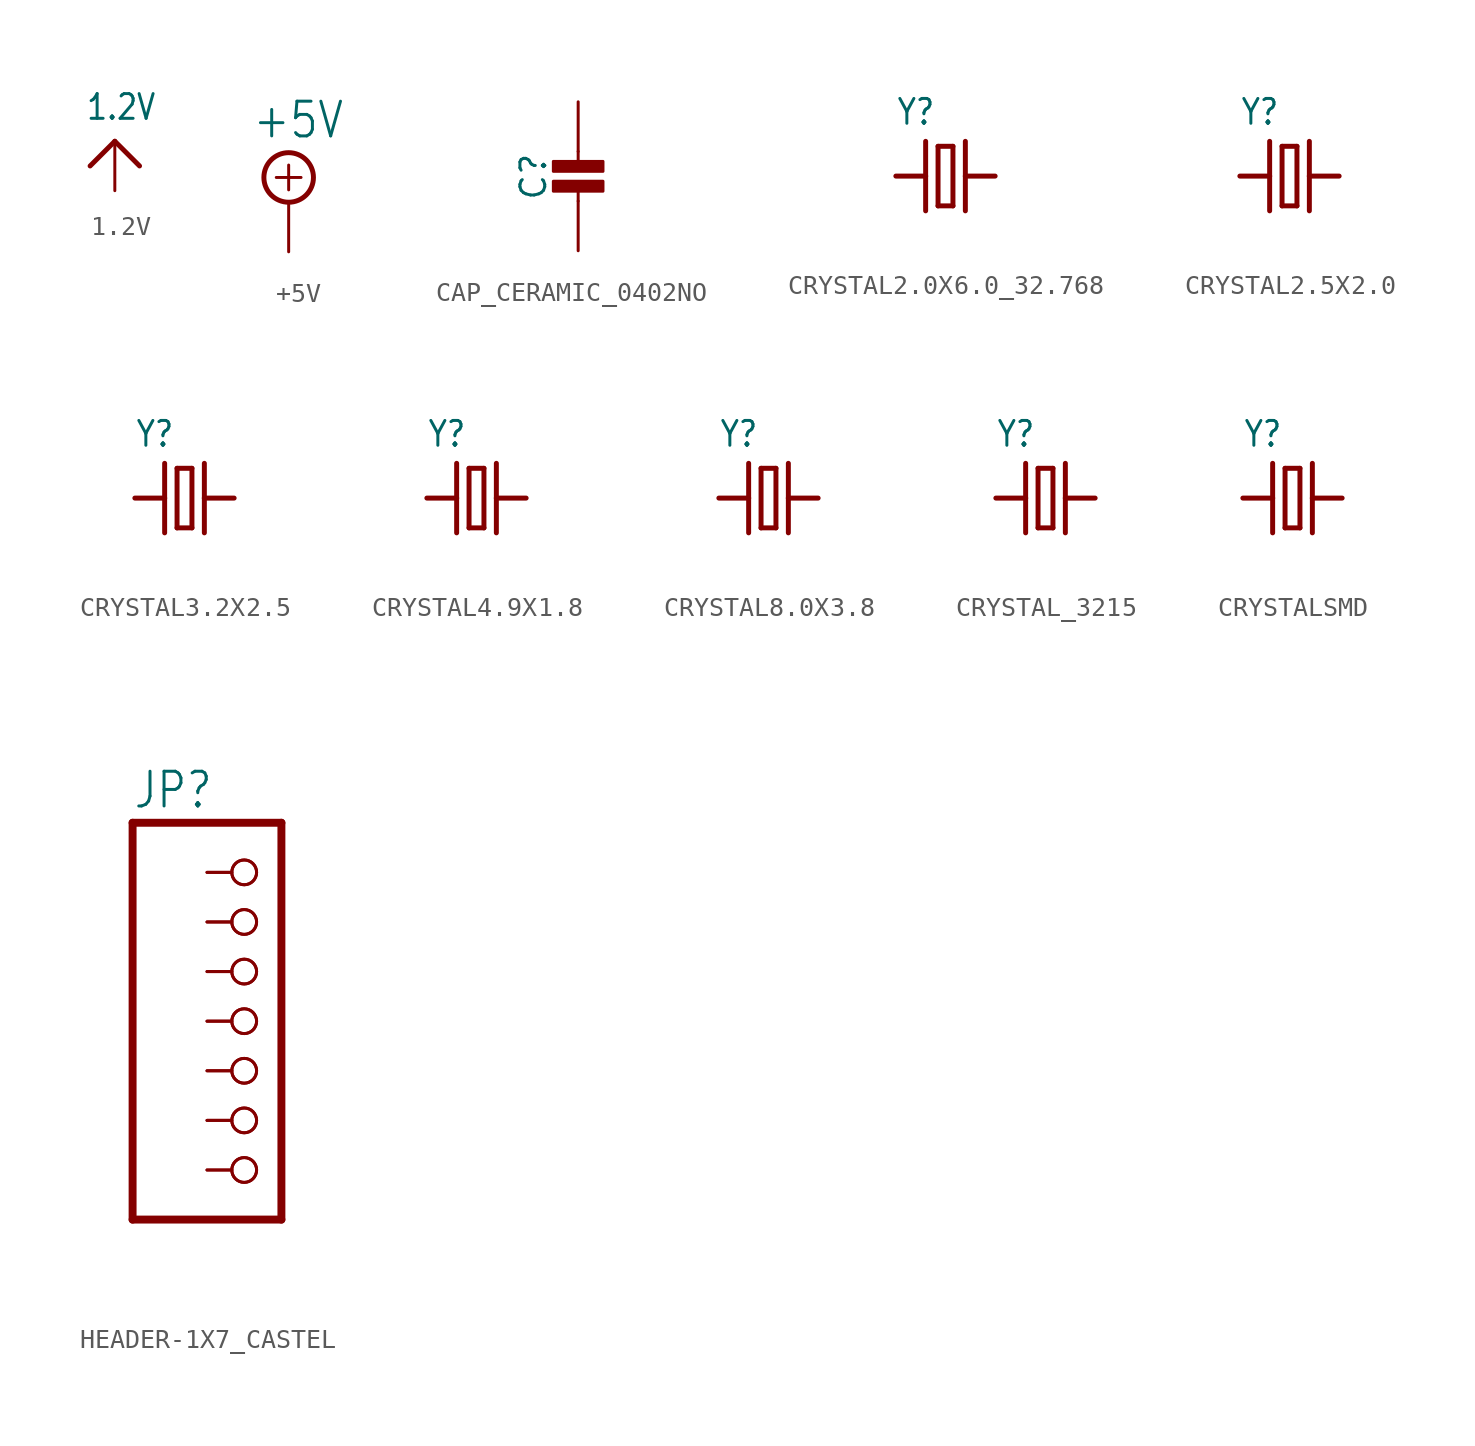
<source format=kicad_sym>
(kicad_symbol_lib
  (version 20220914)
  (generator kicad_symbol_editor)
  (symbol "1.2V"
    (power)
    (property "Reference" ""
      (at 0 0 0)
      (effects (font (size 1.27 1.27)) hide))
    (property "Value" "1.2V"
      (at -1.524 1.016 0)
      (effects (font (size 1.27 1.079)) (justify left bottom)))
    (property "ki_locked" ""
      (at 0 0 0)
      (effects (font (size 1.27 1.27))))
    (symbol "1.2V_1_0"
      (polyline (pts (xy -1.27 -1.27) (xy 0 0)) (stroke (width 0.254) (type solid)) (fill (type none)))
      (polyline (pts (xy 0 0) (xy 1.27 -1.27)) (stroke (width 0.254) (type solid)) (fill (type none)))
      (pin power_in line (at 0 -2.54 90) (length 2.54) (name "1.2V" (effects (font (size 0 0)))) (number "1" (effects (font (size 0 0)))))))
  (symbol "+5V"
    (power)
    (property "Reference" "#SUPPLY"
      (at 0 0 0)
      (effects (font (size 1.27 1.27)) hide))
    (property "Value" "+5V"
      (at -1.905 3.175 0)
      (effects (font (size 1.778 1.511)) (justify left bottom)))
    (property "ki_locked" ""
      (at 0 0 0)
      (effects (font (size 1.27 1.27))))
    (symbol "+5V_1_0"
      (polyline (pts (xy -0.635 1.27) (xy 0.635 1.27)) (stroke (width 0.152) (type solid)) (fill (type none)))
      (polyline (pts (xy 0 0.635) (xy 0 1.905)) (stroke (width 0.152) (type solid)) (fill (type none)))
      (circle (center 0 1.27) (radius 1.27) (stroke (width 0.254) (type solid)) (fill (type none)))
      (pin power_in line (at 0 -2.54 90) (length 2.54) (name "+5V" (effects (font (size 0 0)))) (number "1" (effects (font (size 0 0)))))))
  (symbol "CAP_CERAMIC_0402NO"
    (property "Reference" "C"
      (at -2.29 1.25 90)
      (effects (font (size 1.27 1.27))))
    (property "Value" ""
      (at 2.3 1.25 90)
      (effects (font (size 1.27 1.27))))
    (property "ki_locked" ""
      (at 0 0 0)
      (effects (font (size 1.27 1.27))))
    (symbol "CAP_CERAMIC_0402NO_1_0"
      (rectangle (start -1.27 0.508) (end 1.27 1.016) (stroke (width 0) (type default)) (fill (type outline)))
      (rectangle (start -1.27 1.524) (end 1.27 2.032) (stroke (width 0) (type default)) (fill (type outline)))
      (polyline (pts (xy 0 0.762) (xy 0 0)) (stroke (width 0.152) (type solid)) (fill (type none)))
      (polyline (pts (xy 0 2.54) (xy 0 1.778)) (stroke (width 0.152) (type solid)) (fill (type none)))
      (pin passive line (at 0 5.08 270) (length 2.54) (name "1" (effects (font (size 0 0)))) (number "1" (effects (font (size 0 0)))))
      (pin passive line (at 0 -2.54 90) (length 2.54) (name "2" (effects (font (size 0 0)))) (number "2" (effects (font (size 0 0)))))))
  (symbol "CRYSTAL2.0X6.0_32.768"
    (property "Reference" "Y"
      (at -2.54 2.54 0)
      (effects (font (size 1.27 1.079)) (justify left bottom)))
    (property "Value" ""
      (at -2.54 -3.81 0)
      (effects (font (size 1.27 1.079)) (justify left bottom)))
    (property "ki_locked" ""
      (at 0 0 0)
      (effects (font (size 1.27 1.27))))
    (symbol "CRYSTAL2.0X6.0_32.768_1_0"
      (polyline (pts (xy -2.54 0) (xy -1.016 0)) (stroke (width 0.254) (type solid)) (fill (type none)))
      (polyline (pts (xy -1.016 0) (xy -1.016 -1.778)) (stroke (width 0.254) (type solid)) (fill (type none)))
      (polyline (pts (xy -1.016 1.778) (xy -1.016 0)) (stroke (width 0.254) (type solid)) (fill (type none)))
      (polyline (pts (xy -0.381 -1.524) (xy 0.381 -1.524)) (stroke (width 0.254) (type solid)) (fill (type none)))
      (polyline (pts (xy -0.381 1.524) (xy -0.381 -1.524)) (stroke (width 0.254) (type solid)) (fill (type none)))
      (polyline (pts (xy 0.381 -1.524) (xy 0.381 1.524)) (stroke (width 0.254) (type solid)) (fill (type none)))
      (polyline (pts (xy 0.381 1.524) (xy -0.381 1.524)) (stroke (width 0.254) (type solid)) (fill (type none)))
      (polyline (pts (xy 1.016 0) (xy 1.016 -1.778)) (stroke (width 0.254) (type solid)) (fill (type none)))
      (polyline (pts (xy 1.016 1.778) (xy 1.016 0)) (stroke (width 0.254) (type solid)) (fill (type none)))
      (polyline (pts (xy 2.54 0) (xy 1.016 0)) (stroke (width 0.254) (type solid)) (fill (type none)))
      (pin passive line (at -2.54 0 0) (length 0) (name "1" (effects (font (size 0 0)))) (number "1" (effects (font (size 0 0)))))
      (pin passive line (at 2.54 0 180) (length 0) (name "2" (effects (font (size 0 0)))) (number "2" (effects (font (size 0 0)))))))
  (symbol "CRYSTAL2.5X2.0"
    (property "Reference" "Y"
      (at -2.54 2.54 0)
      (effects (font (size 1.27 1.079)) (justify left bottom)))
    (property "Value" ""
      (at -2.54 -3.81 0)
      (effects (font (size 1.27 1.079)) (justify left bottom)))
    (property "ki_locked" ""
      (at 0 0 0)
      (effects (font (size 1.27 1.27))))
    (symbol "CRYSTAL2.5X2.0_1_0"
      (polyline (pts (xy -2.54 0) (xy -1.016 0)) (stroke (width 0.254) (type solid)) (fill (type none)))
      (polyline (pts (xy -1.016 0) (xy -1.016 -1.778)) (stroke (width 0.254) (type solid)) (fill (type none)))
      (polyline (pts (xy -1.016 1.778) (xy -1.016 0)) (stroke (width 0.254) (type solid)) (fill (type none)))
      (polyline (pts (xy -0.381 -1.524) (xy 0.381 -1.524)) (stroke (width 0.254) (type solid)) (fill (type none)))
      (polyline (pts (xy -0.381 1.524) (xy -0.381 -1.524)) (stroke (width 0.254) (type solid)) (fill (type none)))
      (polyline (pts (xy 0.381 -1.524) (xy 0.381 1.524)) (stroke (width 0.254) (type solid)) (fill (type none)))
      (polyline (pts (xy 0.381 1.524) (xy -0.381 1.524)) (stroke (width 0.254) (type solid)) (fill (type none)))
      (polyline (pts (xy 1.016 0) (xy 1.016 -1.778)) (stroke (width 0.254) (type solid)) (fill (type none)))
      (polyline (pts (xy 1.016 1.778) (xy 1.016 0)) (stroke (width 0.254) (type solid)) (fill (type none)))
      (polyline (pts (xy 2.54 0) (xy 1.016 0)) (stroke (width 0.254) (type solid)) (fill (type none)))
      (pin passive line (at -2.54 0 0) (length 0) (name "1" (effects (font (size 0 0)))) (number "1" (effects (font (size 0 0)))))
      (pin passive line (at 2.54 0 180) (length 0) (name "2" (effects (font (size 0 0)))) (number "3" (effects (font (size 0 0)))))))
  (symbol "CRYSTAL3.2X2.5"
    (property "Reference" "Y"
      (at -2.54 2.54 0)
      (effects (font (size 1.27 1.079)) (justify left bottom)))
    (property "Value" ""
      (at -2.54 -3.81 0)
      (effects (font (size 1.27 1.079)) (justify left bottom)))
    (property "ki_locked" ""
      (at 0 0 0)
      (effects (font (size 1.27 1.27))))
    (symbol "CRYSTAL3.2X2.5_1_0"
      (polyline (pts (xy -2.54 0) (xy -1.016 0)) (stroke (width 0.254) (type solid)) (fill (type none)))
      (polyline (pts (xy -1.016 0) (xy -1.016 -1.778)) (stroke (width 0.254) (type solid)) (fill (type none)))
      (polyline (pts (xy -1.016 1.778) (xy -1.016 0)) (stroke (width 0.254) (type solid)) (fill (type none)))
      (polyline (pts (xy -0.381 -1.524) (xy 0.381 -1.524)) (stroke (width 0.254) (type solid)) (fill (type none)))
      (polyline (pts (xy -0.381 1.524) (xy -0.381 -1.524)) (stroke (width 0.254) (type solid)) (fill (type none)))
      (polyline (pts (xy 0.381 -1.524) (xy 0.381 1.524)) (stroke (width 0.254) (type solid)) (fill (type none)))
      (polyline (pts (xy 0.381 1.524) (xy -0.381 1.524)) (stroke (width 0.254) (type solid)) (fill (type none)))
      (polyline (pts (xy 1.016 0) (xy 1.016 -1.778)) (stroke (width 0.254) (type solid)) (fill (type none)))
      (polyline (pts (xy 1.016 1.778) (xy 1.016 0)) (stroke (width 0.254) (type solid)) (fill (type none)))
      (polyline (pts (xy 2.54 0) (xy 1.016 0)) (stroke (width 0.254) (type solid)) (fill (type none)))
      (pin passive line (at -2.54 0 0) (length 0) (name "1" (effects (font (size 0 0)))) (number "1" (effects (font (size 0 0)))))
      (pin passive line (at 2.54 0 180) (length 0) (name "2" (effects (font (size 0 0)))) (number "2" (effects (font (size 0 0)))))))
  (symbol "CRYSTAL4.9X1.8"
    (property "Reference" "Y"
      (at -2.54 2.54 0)
      (effects (font (size 1.27 1.079)) (justify left bottom)))
    (property "Value" ""
      (at -2.54 -3.81 0)
      (effects (font (size 1.27 1.079)) (justify left bottom)))
    (property "ki_locked" ""
      (at 0 0 0)
      (effects (font (size 1.27 1.27))))
    (symbol "CRYSTAL4.9X1.8_1_0"
      (polyline (pts (xy -2.54 0) (xy -1.016 0)) (stroke (width 0.254) (type solid)) (fill (type none)))
      (polyline (pts (xy -1.016 0) (xy -1.016 -1.778)) (stroke (width 0.254) (type solid)) (fill (type none)))
      (polyline (pts (xy -1.016 1.778) (xy -1.016 0)) (stroke (width 0.254) (type solid)) (fill (type none)))
      (polyline (pts (xy -0.381 -1.524) (xy 0.381 -1.524)) (stroke (width 0.254) (type solid)) (fill (type none)))
      (polyline (pts (xy -0.381 1.524) (xy -0.381 -1.524)) (stroke (width 0.254) (type solid)) (fill (type none)))
      (polyline (pts (xy 0.381 -1.524) (xy 0.381 1.524)) (stroke (width 0.254) (type solid)) (fill (type none)))
      (polyline (pts (xy 0.381 1.524) (xy -0.381 1.524)) (stroke (width 0.254) (type solid)) (fill (type none)))
      (polyline (pts (xy 1.016 0) (xy 1.016 -1.778)) (stroke (width 0.254) (type solid)) (fill (type none)))
      (polyline (pts (xy 1.016 1.778) (xy 1.016 0)) (stroke (width 0.254) (type solid)) (fill (type none)))
      (polyline (pts (xy 2.54 0) (xy 1.016 0)) (stroke (width 0.254) (type solid)) (fill (type none)))
      (pin passive line (at -2.54 0 0) (length 0) (name "1" (effects (font (size 0 0)))) (number "1" (effects (font (size 0 0)))))
      (pin passive line (at 2.54 0 180) (length 0) (name "2" (effects (font (size 0 0)))) (number "2" (effects (font (size 0 0)))))))
  (symbol "CRYSTAL8.0X3.8"
    (property "Reference" "Y"
      (at -2.54 2.54 0)
      (effects (font (size 1.27 1.079)) (justify left bottom)))
    (property "Value" ""
      (at -2.54 -3.81 0)
      (effects (font (size 1.27 1.079)) (justify left bottom)))
    (property "ki_locked" ""
      (at 0 0 0)
      (effects (font (size 1.27 1.27))))
    (symbol "CRYSTAL8.0X3.8_1_0"
      (polyline (pts (xy -2.54 0) (xy -1.016 0)) (stroke (width 0.254) (type solid)) (fill (type none)))
      (polyline (pts (xy -1.016 0) (xy -1.016 -1.778)) (stroke (width 0.254) (type solid)) (fill (type none)))
      (polyline (pts (xy -1.016 1.778) (xy -1.016 0)) (stroke (width 0.254) (type solid)) (fill (type none)))
      (polyline (pts (xy -0.381 -1.524) (xy 0.381 -1.524)) (stroke (width 0.254) (type solid)) (fill (type none)))
      (polyline (pts (xy -0.381 1.524) (xy -0.381 -1.524)) (stroke (width 0.254) (type solid)) (fill (type none)))
      (polyline (pts (xy 0.381 -1.524) (xy 0.381 1.524)) (stroke (width 0.254) (type solid)) (fill (type none)))
      (polyline (pts (xy 0.381 1.524) (xy -0.381 1.524)) (stroke (width 0.254) (type solid)) (fill (type none)))
      (polyline (pts (xy 1.016 0) (xy 1.016 -1.778)) (stroke (width 0.254) (type solid)) (fill (type none)))
      (polyline (pts (xy 1.016 1.778) (xy 1.016 0)) (stroke (width 0.254) (type solid)) (fill (type none)))
      (polyline (pts (xy 2.54 0) (xy 1.016 0)) (stroke (width 0.254) (type solid)) (fill (type none)))
      (pin passive line (at -2.54 0 0) (length 0) (name "1" (effects (font (size 0 0)))) (number "P$1" (effects (font (size 0 0)))))
      (pin passive line (at 2.54 0 180) (length 0) (name "2" (effects (font (size 0 0)))) (number "P$4" (effects (font (size 0 0)))))))
  (symbol "CRYSTAL_3215"
    (property "Reference" "Y"
      (at -2.54 2.54 0)
      (effects (font (size 1.27 1.079)) (justify left bottom)))
    (property "Value" ""
      (at -2.54 -3.81 0)
      (effects (font (size 1.27 1.079)) (justify left bottom)))
    (property "ki_locked" ""
      (at 0 0 0)
      (effects (font (size 1.27 1.27))))
    (symbol "CRYSTAL_3215_1_0"
      (polyline (pts (xy -2.54 0) (xy -1.016 0)) (stroke (width 0.254) (type solid)) (fill (type none)))
      (polyline (pts (xy -1.016 0) (xy -1.016 -1.778)) (stroke (width 0.254) (type solid)) (fill (type none)))
      (polyline (pts (xy -1.016 1.778) (xy -1.016 0)) (stroke (width 0.254) (type solid)) (fill (type none)))
      (polyline (pts (xy -0.381 -1.524) (xy 0.381 -1.524)) (stroke (width 0.254) (type solid)) (fill (type none)))
      (polyline (pts (xy -0.381 1.524) (xy -0.381 -1.524)) (stroke (width 0.254) (type solid)) (fill (type none)))
      (polyline (pts (xy 0.381 -1.524) (xy 0.381 1.524)) (stroke (width 0.254) (type solid)) (fill (type none)))
      (polyline (pts (xy 0.381 1.524) (xy -0.381 1.524)) (stroke (width 0.254) (type solid)) (fill (type none)))
      (polyline (pts (xy 1.016 0) (xy 1.016 -1.778)) (stroke (width 0.254) (type solid)) (fill (type none)))
      (polyline (pts (xy 1.016 1.778) (xy 1.016 0)) (stroke (width 0.254) (type solid)) (fill (type none)))
      (polyline (pts (xy 2.54 0) (xy 1.016 0)) (stroke (width 0.254) (type solid)) (fill (type none)))
      (pin passive line (at -2.54 0 0) (length 0) (name "1" (effects (font (size 0 0)))) (number "P$1" (effects (font (size 0 0)))))
      (pin passive line (at 2.54 0 180) (length 0) (name "2" (effects (font (size 0 0)))) (number "P$2" (effects (font (size 0 0)))))))
  (symbol "CRYSTALSMD"
    (property "Reference" "Y"
      (at -2.54 2.54 0)
      (effects (font (size 1.27 1.079)) (justify left bottom)))
    (property "Value" ""
      (at -2.54 -3.81 0)
      (effects (font (size 1.27 1.079)) (justify left bottom)))
    (property "ki_locked" ""
      (at 0 0 0)
      (effects (font (size 1.27 1.27))))
    (symbol "CRYSTALSMD_1_0"
      (polyline (pts (xy -2.54 0) (xy -1.016 0)) (stroke (width 0.254) (type solid)) (fill (type none)))
      (polyline (pts (xy -1.016 0) (xy -1.016 -1.778)) (stroke (width 0.254) (type solid)) (fill (type none)))
      (polyline (pts (xy -1.016 1.778) (xy -1.016 0)) (stroke (width 0.254) (type solid)) (fill (type none)))
      (polyline (pts (xy -0.381 -1.524) (xy 0.381 -1.524)) (stroke (width 0.254) (type solid)) (fill (type none)))
      (polyline (pts (xy -0.381 1.524) (xy -0.381 -1.524)) (stroke (width 0.254) (type solid)) (fill (type none)))
      (polyline (pts (xy 0.381 -1.524) (xy 0.381 1.524)) (stroke (width 0.254) (type solid)) (fill (type none)))
      (polyline (pts (xy 0.381 1.524) (xy -0.381 1.524)) (stroke (width 0.254) (type solid)) (fill (type none)))
      (polyline (pts (xy 1.016 0) (xy 1.016 -1.778)) (stroke (width 0.254) (type solid)) (fill (type none)))
      (polyline (pts (xy 1.016 1.778) (xy 1.016 0)) (stroke (width 0.254) (type solid)) (fill (type none)))
      (polyline (pts (xy 2.54 0) (xy 1.016 0)) (stroke (width 0.254) (type solid)) (fill (type none)))
      (pin passive line (at -2.54 0 0) (length 0) (name "1" (effects (font (size 0 0)))) (number "1" (effects (font (size 0 0)))))
      (pin passive line (at 2.54 0 180) (length 0) (name "2" (effects (font (size 0 0)))) (number "2" (effects (font (size 0 0)))))))
  (symbol "HEADER-1X7_CASTEL"
    (property "Reference" "JP"
      (at -6.35 10.795 0)
      (effects (font (size 1.778 1.511)) (justify left bottom)))
    (property "Value" ""
      (at -6.35 -12.7 0)
      (effects (font (size 1.778 1.511)) (justify left bottom)))
    (property "ki_locked" ""
      (at 0 0 0)
      (effects (font (size 1.27 1.27))))
    (symbol "HEADER-1X7_CASTEL_1_0"
      (polyline (pts (xy -6.35 -10.16) (xy 1.27 -10.16)) (stroke (width 0.406) (type solid)) (fill (type none)))
      (polyline (pts (xy -6.35 10.16) (xy -6.35 -10.16)) (stroke (width 0.406) (type solid)) (fill (type none)))
      (polyline (pts (xy 1.27 -10.16) (xy 1.27 10.16)) (stroke (width 0.406) (type solid)) (fill (type none)))
      (polyline (pts (xy 1.27 10.16) (xy -6.35 10.16)) (stroke (width 0.406) (type solid)) (fill (type none)))
      (pin passive inverted (at -2.54 7.62 0) (length 2.54) (name "1" (effects (font (size 0 0)))) (number "1" (effects (font (size 0 0)))))
      (pin passive inverted (at -2.54 7.62 0) (length 2.54) (name "1" (effects (font (size 0 0)))) (number "1C" (effects (font (size 0 0)))))
      (pin passive inverted (at -2.54 5.08 0) (length 2.54) (name "2" (effects (font (size 0 0)))) (number "2" (effects (font (size 0 0)))))
      (pin passive inverted (at -2.54 5.08 0) (length 2.54) (name "2" (effects (font (size 0 0)))) (number "2C" (effects (font (size 0 0)))))
      (pin passive inverted (at -2.54 2.54 0) (length 2.54) (name "3" (effects (font (size 0 0)))) (number "3" (effects (font (size 0 0)))))
      (pin passive inverted (at -2.54 2.54 0) (length 2.54) (name "3" (effects (font (size 0 0)))) (number "3C" (effects (font (size 0 0)))))
      (pin passive inverted (at -2.54 0 0) (length 2.54) (name "4" (effects (font (size 0 0)))) (number "4" (effects (font (size 0 0)))))
      (pin passive inverted (at -2.54 0 0) (length 2.54) (name "4" (effects (font (size 0 0)))) (number "4C" (effects (font (size 0 0)))))
      (pin passive inverted (at -2.54 -2.54 0) (length 2.54) (name "5" (effects (font (size 0 0)))) (number "5" (effects (font (size 0 0)))))
      (pin passive inverted (at -2.54 -2.54 0) (length 2.54) (name "5" (effects (font (size 0 0)))) (number "5C" (effects (font (size 0 0)))))
      (pin passive inverted (at -2.54 -5.08 0) (length 2.54) (name "6" (effects (font (size 0 0)))) (number "6" (effects (font (size 0 0)))))
      (pin passive inverted (at -2.54 -5.08 0) (length 2.54) (name "6" (effects (font (size 0 0)))) (number "6C" (effects (font (size 0 0)))))
      (pin passive inverted (at -2.54 -7.62 0) (length 2.54) (name "7" (effects (font (size 0 0)))) (number "7" (effects (font (size 0 0)))))
      (pin passive inverted (at -2.54 -7.62 0) (length 2.54) (name "7" (effects (font (size 0 0)))) (number "7C" (effects (font (size 0 0))))))))
</source>
